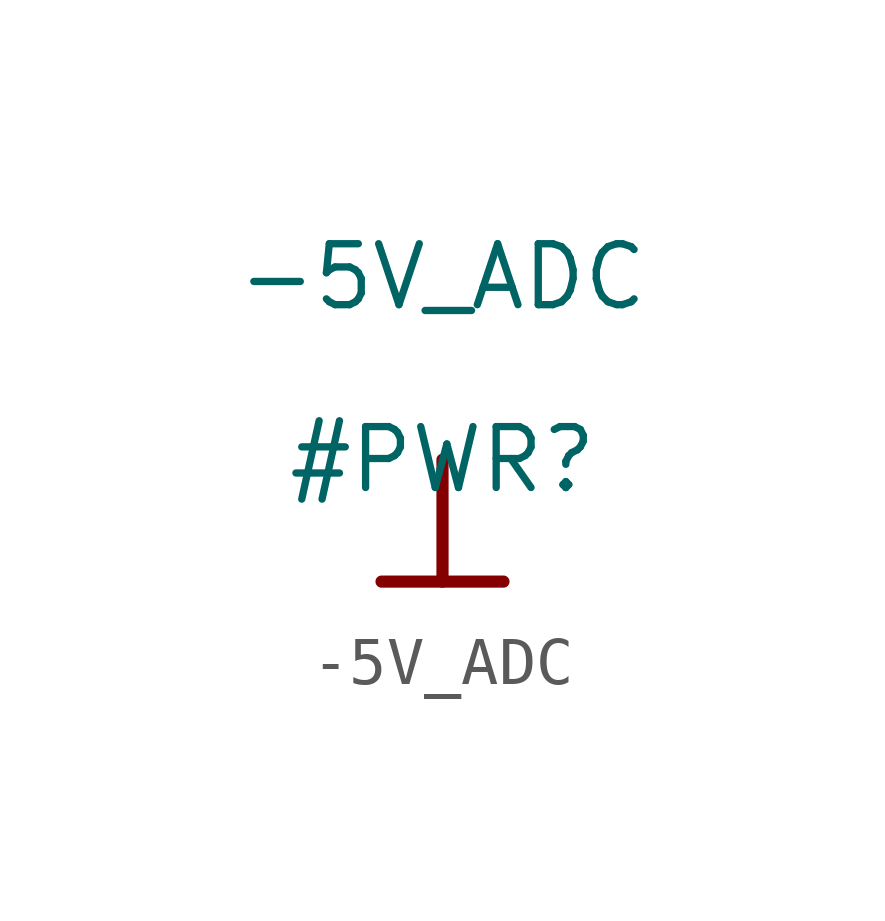
<source format=kicad_sym>
(kicad_symbol_lib
  (version 20220914)
  (generator kicad_symbol_editor)
  (symbol "-5V_ADC"
    (power)
    (property "Reference" "#PWR"
      (at 0 0 0)
      (effects (font (size 1.27 1.27))))
    (property "Value" "-5V_ADC"
      (at 0 3.81 0)
      (effects (font (size 1.27 1.27))))
    (symbol "-5V_ADC_0_0"
      (polyline (pts (xy -1.27 -2.54) (xy 1.27 -2.54)) (stroke (width 0.254) (type solid)) (fill (type none)))
      (polyline (pts (xy 0 0) (xy 0 -2.54)) (stroke (width 0.254) (type solid)) (fill (type none)))
      (pin power_in line (at 0 0 0) (length 0) hide (name "-5V_ADC" (effects (font (size 1.27 1.27)))) (number "" (effects (font (size 1.27 1.27))))))))
</source>
